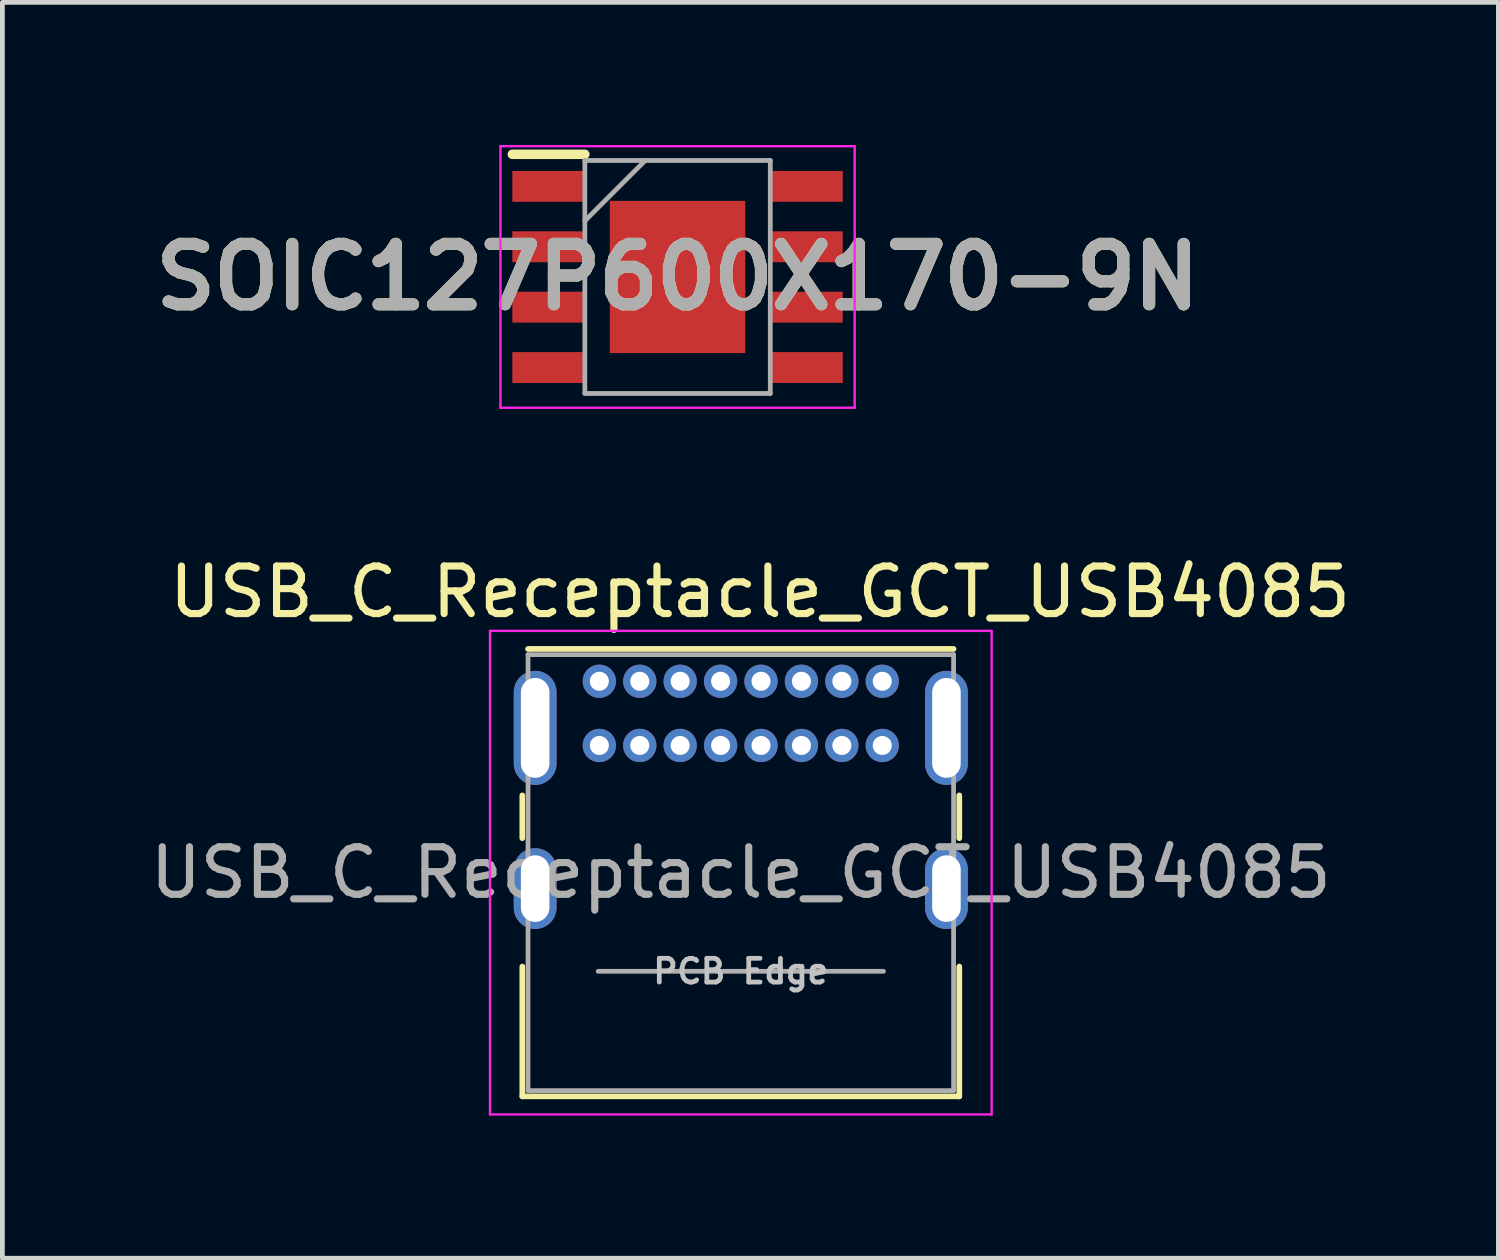
<source format=kicad_pcb>
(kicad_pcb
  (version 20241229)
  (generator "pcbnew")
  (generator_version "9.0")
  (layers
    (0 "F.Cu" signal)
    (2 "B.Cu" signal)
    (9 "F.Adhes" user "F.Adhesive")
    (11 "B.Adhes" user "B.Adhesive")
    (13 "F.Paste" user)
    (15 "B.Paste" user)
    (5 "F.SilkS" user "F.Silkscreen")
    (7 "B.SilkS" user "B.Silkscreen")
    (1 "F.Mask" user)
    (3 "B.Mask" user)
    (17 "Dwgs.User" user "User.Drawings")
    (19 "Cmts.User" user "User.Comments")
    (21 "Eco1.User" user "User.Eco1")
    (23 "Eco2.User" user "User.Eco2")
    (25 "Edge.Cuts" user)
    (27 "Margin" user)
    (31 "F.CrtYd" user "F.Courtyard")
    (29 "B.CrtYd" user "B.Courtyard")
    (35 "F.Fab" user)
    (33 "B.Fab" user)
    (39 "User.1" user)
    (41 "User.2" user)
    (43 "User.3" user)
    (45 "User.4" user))
  (footprint "USB_C_Receptacle_GCT_USB4085"
    (layer "F.Cu")
    (at 11.676 15.355)
    (property "Reference" "USB_C_Receptacle_GCT_USB4085" (at 1.257 -5.956 0) (layer "F.SilkS") (effects (font (size 1 1) (thickness 0.15))))
    (attr through_hole)
    (fp_line (start -3.741 -1.677) (end -3.741 -0.777) (stroke (width 0.12) (type solid)) (layer "F.SilkS"))
    (fp_line (start -3.741 1.923) (end -3.741 4.653) (stroke (width 0.12) (type solid)) (layer "F.SilkS"))
    (fp_line (start -3.741 4.653) (end 5.449 4.653) (stroke (width 0.12) (type solid)) (layer "F.SilkS"))
    (fp_line (start -3.621 -4.757) (end 5.329 -4.757) (stroke (width 0.12) (type solid)) (layer "F.SilkS"))
    (fp_line (start 5.449 -1.677) (end 5.449 -0.777) (stroke (width 0.12) (type solid)) (layer "F.SilkS"))
    (fp_line (start 5.449 1.923) (end 5.449 4.653) (stroke (width 0.12) (type solid)) (layer "F.SilkS"))
    (fp_line (start -4.421 -5.137) (end -4.421 5.033) (stroke (width 0.05) (type solid)) (layer "F.CrtYd"))
    (fp_line (start -4.421 -5.137) (end 6.129 -5.137) (stroke (width 0.05) (type solid)) (layer "F.CrtYd"))
    (fp_line (start -4.421 5.033) (end 6.129 5.033) (stroke (width 0.05) (type solid)) (layer "F.CrtYd"))
    (fp_line (start 6.129 -5.137) (end 6.129 5.033) (stroke (width 0.05) (type solid)) (layer "F.CrtYd"))
    (fp_line (start -3.621 -4.637) (end -3.621 4.533) (stroke (width 0.1) (type solid)) (layer "F.Fab"))
    (fp_line (start -3.621 -4.637) (end 5.329 -4.637) (stroke (width 0.1) (type solid)) (layer "F.Fab"))
    (fp_line (start -3.621 4.533) (end 5.329 4.533) (stroke (width 0.1) (type solid)) (layer "F.Fab"))
    (fp_line (start -2.146 2.023) (end 3.854 2.023) (stroke (width 0.1) (type solid)) (layer "F.Fab"))
    (fp_line (start 5.329 -4.637) (end 5.329 4.533) (stroke (width 0.1) (type solid)) (layer "F.Fab"))
    (fp_text user "PCB Edge" (at 0.854 2.023 0) (layer "Dwgs.User") (effects (font (size 0.5 0.5) (thickness 0.1))))
    (fp_text user "${REFERENCE}" (at 0.854 -0.052 0) (layer "F.Fab") (effects (font (size 1 1) (thickness 0.15))))
    (pad "A1" thru_hole circle (at -2.121 -4.077) (size 0.7 0.7) (drill 0.4) (layers "*.Cu" "*.Mask"))
    (pad "A4" thru_hole circle (at -1.271 -4.077) (size 0.7 0.7) (drill 0.4) (layers "*.Cu" "*.Mask"))
    (pad "A5" thru_hole circle (at -0.421 -4.077) (size 0.7 0.7) (drill 0.4) (layers "*.Cu" "*.Mask"))
    (pad "A6" thru_hole circle (at 0.429 -4.077) (size 0.7 0.7) (drill 0.4) (layers "*.Cu" "*.Mask"))
    (pad "A7" thru_hole circle (at 1.279 -4.077) (size 0.7 0.7) (drill 0.4) (layers "*.Cu" "*.Mask"))
    (pad "A8" thru_hole circle (at 2.129 -4.077) (size 0.7 0.7) (drill 0.4) (layers "*.Cu" "*.Mask"))
    (pad "A9" thru_hole circle (at 2.979 -4.077) (size 0.7 0.7) (drill 0.4) (layers "*.Cu" "*.Mask"))
    (pad "A12" thru_hole circle (at 3.829 -4.077) (size 0.7 0.7) (drill 0.4) (layers "*.Cu" "*.Mask"))
    (pad "B1" thru_hole circle (at 3.829 -2.727) (size 0.7 0.7) (drill 0.4) (layers "*.Cu" "*.Mask"))
    (pad "B4" thru_hole circle (at 2.979 -2.727) (size 0.7 0.7) (drill 0.4) (layers "*.Cu" "*.Mask"))
    (pad "B5" thru_hole circle (at 2.129 -2.727) (size 0.7 0.7) (drill 0.4) (layers "*.Cu" "*.Mask"))
    (pad "B6" thru_hole circle (at 1.279 -2.727) (size 0.7 0.7) (drill 0.4) (layers "*.Cu" "*.Mask"))
    (pad "B7" thru_hole circle (at 0.429 -2.727) (size 0.7 0.7) (drill 0.4) (layers "*.Cu" "*.Mask"))
    (pad "B8" thru_hole circle (at -0.421 -2.727) (size 0.7 0.7) (drill 0.4) (layers "*.Cu" "*.Mask"))
    (pad "B9" thru_hole circle (at -1.271 -2.727) (size 0.7 0.7) (drill 0.4) (layers "*.Cu" "*.Mask"))
    (pad "B12" thru_hole circle (at -2.121 -2.727) (size 0.7 0.7) (drill 0.4) (layers "*.Cu" "*.Mask"))
    (pad "S1" thru_hole oval (at -3.471 -3.097) (size 0.9 2.4) (drill oval 0.6 2.1) (layers "*.Cu" "*.Mask"))
    (pad "S1" thru_hole oval (at -3.471 0.283) (size 0.9 1.7) (drill oval 0.6 1.4) (layers "*.Cu" "*.Mask"))
    (pad "S1" thru_hole oval (at 5.179 -3.097) (size 0.9 2.4) (drill oval 0.6 2.1) (layers "*.Cu" "*.Mask"))
    (pad "S1" thru_hole oval (at 5.179 0.283) (size 0.9 1.7) (drill oval 0.6 1.4) (layers "*.Cu" "*.Mask")))
  (footprint "SOIC127P600X170-9N"
    (layer "F.Cu")
    (at 11.2 2.775)
    (property "Reference" "SOIC127P600X170-9N" (at 0 0 0) (layer "F.SilkS") (effects (font (size 1.27 1.27) (thickness 0.254))))
    (attr smd)
    (fp_line (start -3.475 -2.58) (end -1.95 -2.58) (stroke (width 0.2) (type solid)) (layer "F.SilkS"))
    (fp_line (start -3.725 -2.75) (end 3.725 -2.75) (stroke (width 0.05) (type solid)) (layer "F.CrtYd"))
    (fp_line (start -3.725 2.75) (end -3.725 -2.75) (stroke (width 0.05) (type solid)) (layer "F.CrtYd"))
    (fp_line (start 3.725 -2.75) (end 3.725 2.75) (stroke (width 0.05) (type solid)) (layer "F.CrtYd"))
    (fp_line (start 3.725 2.75) (end -3.725 2.75) (stroke (width 0.05) (type solid)) (layer "F.CrtYd"))
    (fp_line (start -1.95 -2.45) (end 1.95 -2.45) (stroke (width 0.1) (type solid)) (layer "F.Fab"))
    (fp_line (start -1.95 -1.18) (end -0.68 -2.45) (stroke (width 0.1) (type solid)) (layer "F.Fab"))
    (fp_line (start -1.95 2.45) (end -1.95 -2.45) (stroke (width 0.1) (type solid)) (layer "F.Fab"))
    (fp_line (start 1.95 -2.45) (end 1.95 2.45) (stroke (width 0.1) (type solid)) (layer "F.Fab"))
    (fp_line (start 1.95 2.45) (end -1.95 2.45) (stroke (width 0.1) (type solid)) (layer "F.Fab"))
    (fp_text user "${REFERENCE}" (at 0 0 0) (layer "F.Fab") (effects (font (size 1.27 1.27) (thickness 0.254))))
    (pad "1" smd rect (at -2.712 -1.905 90) (size 0.65 1.525) (layers "F.Cu" "F.Mask" "F.Paste"))
    (pad "2" smd rect (at -2.712 -0.635 90) (size 0.65 1.525) (layers "F.Cu" "F.Mask" "F.Paste"))
    (pad "3" smd rect (at -2.712 0.635 90) (size 0.65 1.525) (layers "F.Cu" "F.Mask" "F.Paste"))
    (pad "4" smd rect (at -2.712 1.905 90) (size 0.65 1.525) (layers "F.Cu" "F.Mask" "F.Paste"))
    (pad "5" smd rect (at 2.712 1.905 90) (size 0.65 1.525) (layers "F.Cu" "F.Mask" "F.Paste"))
    (pad "6" smd rect (at 2.712 0.635 90) (size 0.65 1.525) (layers "F.Cu" "F.Mask" "F.Paste"))
    (pad "7" smd rect (at 2.712 -0.635 90) (size 0.65 1.525) (layers "F.Cu" "F.Mask" "F.Paste"))
    (pad "8" smd rect (at 2.712 -1.905 90) (size 0.65 1.525) (layers "F.Cu" "F.Mask" "F.Paste"))
    (pad "9" smd rect (at 0 0) (size 2.85 3.2) (layers "F.Cu" "F.Mask" "F.Paste")))
  (gr_rect
    (start -3 -3)
    (end 28.463 23.413)
    (stroke (width 0.1) (type default))
    (fill no)
    (layer "Edge.Cuts")))
</source>
